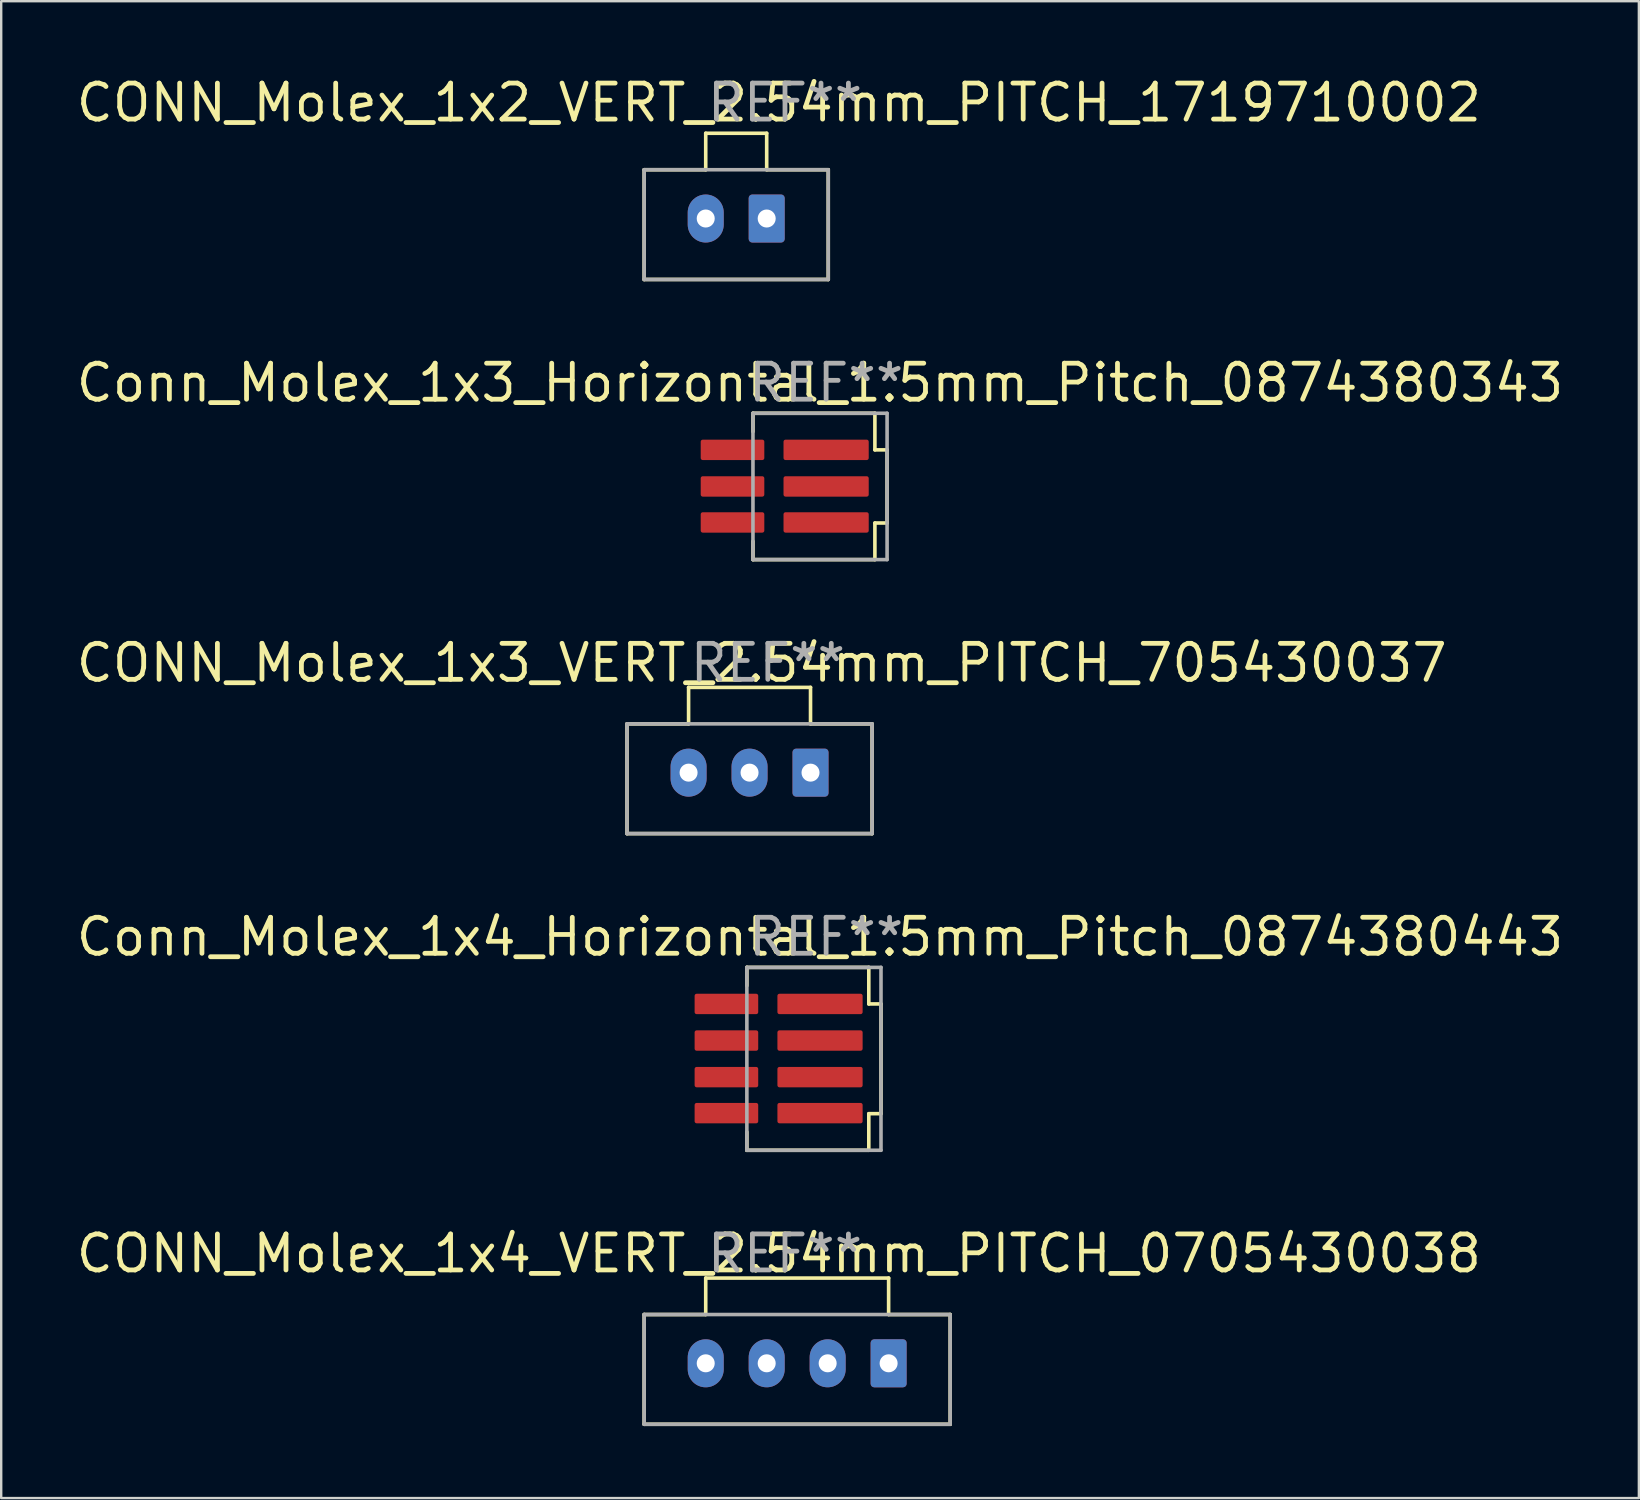
<source format=kicad_pcb>
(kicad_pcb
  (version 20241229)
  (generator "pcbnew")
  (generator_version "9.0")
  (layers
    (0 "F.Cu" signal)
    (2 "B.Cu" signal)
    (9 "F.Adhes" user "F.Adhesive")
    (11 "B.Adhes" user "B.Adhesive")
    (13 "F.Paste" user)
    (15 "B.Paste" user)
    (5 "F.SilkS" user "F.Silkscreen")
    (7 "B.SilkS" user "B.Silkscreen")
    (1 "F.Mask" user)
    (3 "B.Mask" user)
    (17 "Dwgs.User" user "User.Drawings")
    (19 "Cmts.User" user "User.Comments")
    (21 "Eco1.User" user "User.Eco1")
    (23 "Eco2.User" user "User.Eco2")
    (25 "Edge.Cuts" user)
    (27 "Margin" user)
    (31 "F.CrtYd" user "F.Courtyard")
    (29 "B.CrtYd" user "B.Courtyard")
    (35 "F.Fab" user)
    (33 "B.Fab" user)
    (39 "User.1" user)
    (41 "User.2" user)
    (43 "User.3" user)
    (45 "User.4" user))
  (footprint "CONN_Molex_1x4_VERT_2.54mm_PITCH_0705430038"
    (layer "F.Cu")
    (at 26.352 53.748)
    (property "Reference" "CONN_Molex_1x4_VERT_2.54mm_PITCH_0705430038" (at 3.048 -4.572 0) (layer "F.SilkS") (effects (font (size 1.5 1.5) (thickness 0.2))))
    (attr through_hole)
    (fp_line (start -2.565 -2.032) (end -2.565 2.54) (stroke (width 0.15) (type solid)) (layer "F.SilkS"))
    (fp_line (start -2.565 -2.032) (end 0 -2.032) (stroke (width 0.15) (type solid)) (layer "F.SilkS"))
    (fp_line (start -2.565 2.54) (end 10.185 2.54) (stroke (width 0.15) (type solid)) (layer "F.SilkS"))
    (fp_line (start 0 -3.552) (end 7.62 -3.552) (stroke (width 0.15) (type solid)) (layer "F.SilkS"))
    (fp_line (start 0 -2.032) (end 0 -3.552) (stroke (width 0.15) (type solid)) (layer "F.SilkS"))
    (fp_line (start 7.62 -2.032) (end 7.62 -3.552) (stroke (width 0.15) (type solid)) (layer "F.SilkS"))
    (fp_line (start 10.185 -2.032) (end 7.62 -2.032) (stroke (width 0.15) (type solid)) (layer "F.SilkS"))
    (fp_line (start 10.185 -2.032) (end 10.185 2.54) (stroke (width 0.15) (type solid)) (layer "F.SilkS"))
    (fp_line (start -2.565 -2.032) (end -2.565 2.54) (stroke (width 0.15) (type solid)) (layer "F.Fab"))
    (fp_line (start -2.565 -2.032) (end 10.16 -2.032) (stroke (width 0.15) (type solid)) (layer "F.Fab"))
    (fp_line (start -2.565 2.54) (end 10.185 2.54) (stroke (width 0.15) (type solid)) (layer "F.Fab"))
    (fp_line (start 10.185 -2.032) (end 10.185 2.54) (stroke (width 0.15) (type solid)) (layer "F.Fab"))
    (fp_text user "REF**" (at 3.302 -4.572 0) (layer "F.Fab") (effects (font (size 1.5 1.5) (thickness 0.2))))
    (pad "1" thru_hole roundrect (at 7.62 0) (size 1.5 2) (drill 0.75) (layers "*.Cu" "*.Mask") (roundrect_rratio 0.1))
    (pad "2" thru_hole oval (at 5.08 0) (size 1.5 2) (drill 0.75) (layers "*.Cu" "*.Mask"))
    (pad "3" thru_hole oval (at 2.54 0) (size 1.5 2) (drill 0.75) (layers "*.Cu" "*.Mask"))
    (pad "4" thru_hole oval (at 0 0) (size 1.5 2) (drill 0.75) (layers "*.Cu" "*.Mask")))
  (footprint "CONN_Molex_1x3_VERT_2.54mm_PITCH_705430037"
    (layer "F.Cu")
    (at 25.638 29.14)
    (property "Reference" "CONN_Molex_1x3_VERT_2.54mm_PITCH_705430037" (at 3.048 -4.572 0) (layer "F.SilkS") (effects (font (size 1.5 1.5) (thickness 0.2))))
    (attr through_hole)
    (fp_line (start -2.565 -2.032) (end -2.565 2.54) (stroke (width 0.15) (type solid)) (layer "F.SilkS"))
    (fp_line (start -2.565 -2.032) (end 0 -2.032) (stroke (width 0.15) (type solid)) (layer "F.SilkS"))
    (fp_line (start -2.565 2.54) (end 7.645 2.54) (stroke (width 0.15) (type solid)) (layer "F.SilkS"))
    (fp_line (start 0 -3.552) (end 5.08 -3.552) (stroke (width 0.15) (type solid)) (layer "F.SilkS"))
    (fp_line (start 0 -2.032) (end 0 -3.552) (stroke (width 0.15) (type solid)) (layer "F.SilkS"))
    (fp_line (start 5.08 -2.032) (end 5.08 -3.552) (stroke (width 0.15) (type solid)) (layer "F.SilkS"))
    (fp_line (start 7.645 -2.032) (end 5.08 -2.032) (stroke (width 0.15) (type solid)) (layer "F.SilkS"))
    (fp_line (start 7.645 -2.032) (end 7.645 2.54) (stroke (width 0.15) (type solid)) (layer "F.SilkS"))
    (fp_line (start -2.565 -2.032) (end -2.565 2.54) (stroke (width 0.15) (type solid)) (layer "F.Fab"))
    (fp_line (start -2.565 -2.032) (end 7.645 -2.032) (stroke (width 0.15) (type solid)) (layer "F.Fab"))
    (fp_line (start -2.565 2.54) (end 7.645 2.54) (stroke (width 0.15) (type solid)) (layer "F.Fab"))
    (fp_line (start 7.645 -2.032) (end 7.645 2.54) (stroke (width 0.15) (type solid)) (layer "F.Fab"))
    (fp_text user "REF**" (at 3.302 -4.572 0) (layer "F.Fab") (effects (font (size 1.5 1.5) (thickness 0.2))))
    (pad "1" thru_hole roundrect (at 5.08 0) (size 1.5 2) (drill 0.75) (layers "*.Cu" "*.Mask") (roundrect_rratio 0.1))
    (pad "2" thru_hole oval (at 2.54 0) (size 1.5 2) (drill 0.75) (layers "*.Cu" "*.Mask"))
    (pad "3" thru_hole oval (at 0 0) (size 1.5 2) (drill 0.75) (layers "*.Cu" "*.Mask")))
  (footprint "CONN_Molex_1x2_VERT_2.54mm_PITCH_1719710002"
    (layer "F.Cu")
    (at 26.352 6.054)
    (property "Reference" "CONN_Molex_1x2_VERT_2.54mm_PITCH_1719710002" (at 3.048 -4.826 0) (layer "F.SilkS") (effects (font (size 1.5 1.5) (thickness 0.2))))
    (attr through_hole)
    (fp_line (start -2.565 -2.032) (end -2.565 2.54) (stroke (width 0.15) (type solid)) (layer "F.SilkS"))
    (fp_line (start -2.565 -2.032) (end 0 -2.032) (stroke (width 0.15) (type solid)) (layer "F.SilkS"))
    (fp_line (start -2.565 2.54) (end 5.105 2.54) (stroke (width 0.15) (type solid)) (layer "F.SilkS"))
    (fp_line (start 0 -3.552) (end 2.54 -3.552) (stroke (width 0.15) (type solid)) (layer "F.SilkS"))
    (fp_line (start 0 -2.032) (end 0 -3.552) (stroke (width 0.15) (type solid)) (layer "F.SilkS"))
    (fp_line (start 2.54 -2.032) (end 2.54 -3.552) (stroke (width 0.15) (type solid)) (layer "F.SilkS"))
    (fp_line (start 5.105 -2.032) (end 2.54 -2.032) (stroke (width 0.15) (type solid)) (layer "F.SilkS"))
    (fp_line (start 5.105 -2.032) (end 5.105 2.54) (stroke (width 0.15) (type solid)) (layer "F.SilkS"))
    (fp_line (start -2.565 -2.032) (end -2.565 2.54) (stroke (width 0.15) (type solid)) (layer "F.Fab"))
    (fp_line (start -2.565 -2.032) (end 5.105 -2.032) (stroke (width 0.15) (type solid)) (layer "F.Fab"))
    (fp_line (start -2.565 2.54) (end 5.105 2.54) (stroke (width 0.15) (type solid)) (layer "F.Fab"))
    (fp_line (start 5.105 -2.032) (end 5.105 2.54) (stroke (width 0.15) (type solid)) (layer "F.Fab"))
    (fp_text user "REF**" (at 3.302 -4.826 0) (layer "F.Fab") (effects (font (size 1.5 1.5) (thickness 0.2))))
    (pad "1" thru_hole roundrect (at 2.54 0) (size 1.5 2) (drill 0.75) (layers "*.Cu" "*.Mask") (roundrect_rratio 0.1))
    (pad "2" thru_hole oval (at 0 0) (size 1.5 2) (drill 0.75) (layers "*.Cu" "*.Mask")))
  (footprint "Conn_Molex_1x4_Horizontal_1.5mm_Pitch_0874380443"
    (layer "F.Cu")
    (at 31.114 40.301)
    (property "Reference" "Conn_Molex_1x4_Horizontal_1.5mm_Pitch_0874380443" (at 0 -4.318 0) (layer "F.SilkS") (effects (font (size 1.5 1.5) (thickness 0.2))))
    (attr through_hole)
    (fp_line (start -3.048 -3.048) (end -3.048 -2.286) (stroke (width 0.15) (type solid)) (layer "F.SilkS"))
    (fp_line (start -3.048 4.572) (end -3.048 3.81) (stroke (width 0.15) (type solid)) (layer "F.SilkS"))
    (fp_line (start 2.032 -3.048) (end -3.048 -3.048) (stroke (width 0.15) (type solid)) (layer "F.SilkS"))
    (fp_line (start 2.032 -1.524) (end 2.032 -3.048) (stroke (width 0.15) (type solid)) (layer "F.SilkS"))
    (fp_line (start 2.032 3.048) (end 2.032 4.572) (stroke (width 0.15) (type solid)) (layer "F.SilkS"))
    (fp_line (start 2.032 4.572) (end -3.048 4.572) (stroke (width 0.15) (type solid)) (layer "F.SilkS"))
    (fp_line (start 2.54 -1.524) (end 2.032 -1.524) (stroke (width 0.15) (type solid)) (layer "F.SilkS"))
    (fp_line (start 2.54 -1.524) (end 2.54 3.048) (stroke (width 0.15) (type solid)) (layer "F.SilkS"))
    (fp_line (start 2.54 3.048) (end 2.032 3.048) (stroke (width 0.15) (type solid)) (layer "F.SilkS"))
    (fp_line (start -3.048 -3.048) (end 2.54 -3.048) (stroke (width 0.15) (type solid)) (layer "F.Fab"))
    (fp_line (start -3.048 4.572) (end -3.048 -3.048) (stroke (width 0.15) (type solid)) (layer "F.Fab"))
    (fp_line (start 2.54 -3.048) (end 2.54 4.572) (stroke (width 0.15) (type solid)) (layer "F.Fab"))
    (fp_line (start 2.54 4.572) (end -3.048 4.572) (stroke (width 0.15) (type solid)) (layer "F.Fab"))
    (fp_text user "REF**" (at 0.254 -4.318 0) (layer "F.Fab") (effects (font (size 1.5 1.5) (thickness 0.2))))
    (pad "" smd roundrect (at 0 -1.524) (size 3.55 0.85) (layers "F.Cu" "F.Mask" "F.Paste") (roundrect_rratio 0.1))
    (pad "" smd roundrect (at 0 0) (size 3.55 0.85) (layers "F.Cu" "F.Mask" "F.Paste") (roundrect_rratio 0.1))
    (pad "" smd roundrect (at 0 1.524) (size 3.55 0.85) (layers "F.Cu" "F.Mask" "F.Paste") (roundrect_rratio 0.1))
    (pad "" smd roundrect (at 0 3.024) (size 3.55 0.85) (layers "F.Cu" "F.Mask" "F.Paste") (roundrect_rratio 0.1))
    (pad "1" smd roundrect (at -3.9 3.024) (size 2.65 0.85) (layers "F.Cu" "F.Mask" "F.Paste") (roundrect_rratio 0.1))
    (pad "2" smd roundrect (at -3.9 1.524) (size 2.65 0.85) (layers "F.Cu" "F.Mask" "F.Paste") (roundrect_rratio 0.1))
    (pad "3" smd roundrect (at -3.9 0) (size 2.65 0.85) (layers "F.Cu" "F.Mask" "F.Paste") (roundrect_rratio 0.1))
    (pad "4" smd roundrect (at -3.9 -1.524) (size 2.65 0.85) (layers "F.Cu" "F.Mask" "F.Paste") (roundrect_rratio 0.1)))
  (footprint "Conn_Molex_1x3_Horizontal_1.5mm_Pitch_0874380343"
    (layer "F.Cu")
    (at 31.368 17.216)
    (property "Reference" "Conn_Molex_1x3_Horizontal_1.5mm_Pitch_0874380343" (at -0.254 -4.318 0) (layer "F.SilkS") (effects (font (size 1.5 1.5) (thickness 0.2))))
    (attr through_hole)
    (fp_line (start -3.048 -3.048) (end -3.048 -2.286) (stroke (width 0.15) (type solid)) (layer "F.SilkS"))
    (fp_line (start -3.048 3.048) (end -3.048 2.286) (stroke (width 0.15) (type solid)) (layer "F.SilkS"))
    (fp_line (start 2.032 -3.048) (end -3.048 -3.048) (stroke (width 0.15) (type solid)) (layer "F.SilkS"))
    (fp_line (start 2.032 -1.524) (end 2.032 -3.048) (stroke (width 0.15) (type solid)) (layer "F.SilkS"))
    (fp_line (start 2.032 1.524) (end 2.032 3.048) (stroke (width 0.15) (type solid)) (layer "F.SilkS"))
    (fp_line (start 2.032 3.048) (end -3.048 3.048) (stroke (width 0.15) (type solid)) (layer "F.SilkS"))
    (fp_line (start 2.54 -1.524) (end 2.032 -1.524) (stroke (width 0.15) (type solid)) (layer "F.SilkS"))
    (fp_line (start 2.54 -1.524) (end 2.54 1.524) (stroke (width 0.15) (type solid)) (layer "F.SilkS"))
    (fp_line (start 2.54 1.524) (end 2.032 1.524) (stroke (width 0.15) (type solid)) (layer "F.SilkS"))
    (fp_line (start -3.048 -3.048) (end 2.54 -3.048) (stroke (width 0.15) (type solid)) (layer "F.Fab"))
    (fp_line (start -3.048 3.048) (end -3.048 -3.048) (stroke (width 0.15) (type solid)) (layer "F.Fab"))
    (fp_line (start 2.54 -3.048) (end 2.54 3.048) (stroke (width 0.15) (type solid)) (layer "F.Fab"))
    (fp_line (start 2.54 3.048) (end -3.048 3.048) (stroke (width 0.15) (type solid)) (layer "F.Fab"))
    (fp_text user "REF**" (at 0 -4.318 0) (layer "F.Fab") (effects (font (size 1.5 1.5) (thickness 0.2))))
    (pad "" smd roundrect (at 0 -1.524) (size 3.55 0.85) (layers "F.Cu" "F.Mask" "F.Paste") (roundrect_rratio 0.1))
    (pad "" smd roundrect (at 0 0) (size 3.55 0.85) (layers "F.Cu" "F.Mask" "F.Paste") (roundrect_rratio 0.1))
    (pad "" smd roundrect (at 0 1.5) (size 3.55 0.85) (layers "F.Cu" "F.Mask" "F.Paste") (roundrect_rratio 0.1))
    (pad "1" smd roundrect (at -3.9 1.5) (size 2.65 0.85) (layers "F.Cu" "F.Mask" "F.Paste") (roundrect_rratio 0.1))
    (pad "2" smd roundrect (at -3.9 0) (size 2.65 0.85) (layers "F.Cu" "F.Mask" "F.Paste") (roundrect_rratio 0.1))
    (pad "3" smd roundrect (at -3.9 -1.524) (size 2.65 0.85) (layers "F.Cu" "F.Mask" "F.Paste") (roundrect_rratio 0.1)))
  (gr_rect
    (start -3 -3)
    (end 65.229 59.364)
    (stroke (width 0.1) (type default))
    (fill no)
    (layer "Edge.Cuts")))
</source>
